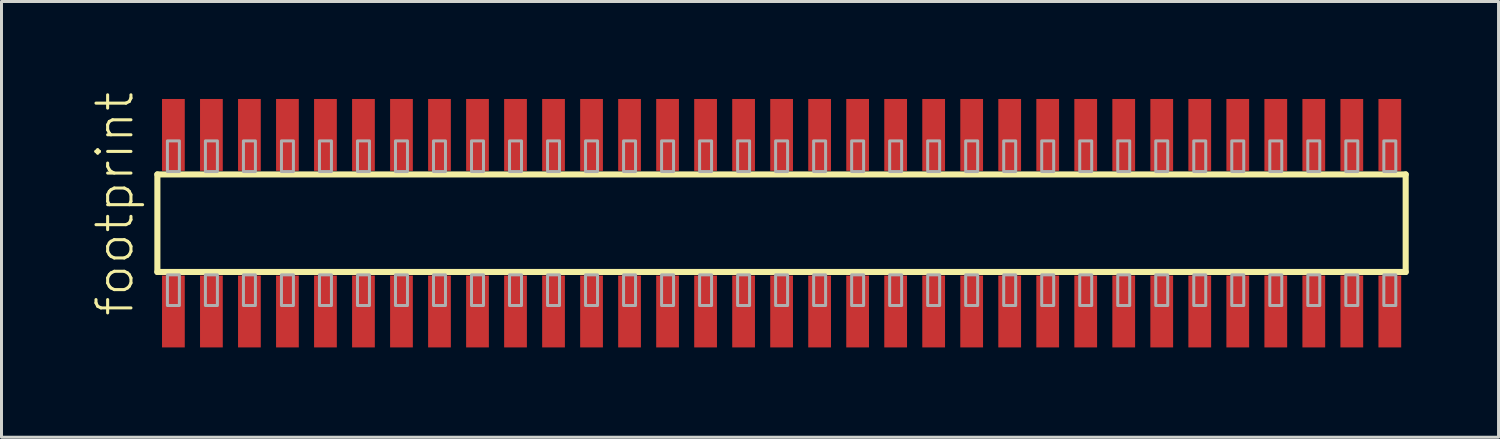
<source format=kicad_pcb>
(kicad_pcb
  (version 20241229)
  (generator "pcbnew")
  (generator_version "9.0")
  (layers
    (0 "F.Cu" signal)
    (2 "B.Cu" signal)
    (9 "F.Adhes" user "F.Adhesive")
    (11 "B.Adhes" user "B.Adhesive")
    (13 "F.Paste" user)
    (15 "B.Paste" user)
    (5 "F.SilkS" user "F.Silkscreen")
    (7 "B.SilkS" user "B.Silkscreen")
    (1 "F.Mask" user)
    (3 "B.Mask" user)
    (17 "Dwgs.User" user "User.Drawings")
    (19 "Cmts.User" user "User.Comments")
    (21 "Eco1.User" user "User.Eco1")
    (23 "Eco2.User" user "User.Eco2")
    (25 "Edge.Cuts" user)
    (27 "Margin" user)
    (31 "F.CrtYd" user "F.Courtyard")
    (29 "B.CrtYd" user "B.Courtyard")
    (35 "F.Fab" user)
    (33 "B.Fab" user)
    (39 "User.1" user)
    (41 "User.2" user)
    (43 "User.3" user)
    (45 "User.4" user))
  (footprint "footprint"
    (layer "F.Cu")
    (at 23.063 4.407)
    (property "Reference" "footprint" (at -21.59 3.175 90) (layer "F.SilkS") (effects (font (size 1.168 1.168) (thickness 0.102)) (justify left bottom)))
    (fp_line (start -20.855 -1.63) (end 20.85 -1.63) (stroke (width 0.203) (type solid)) (layer "F.SilkS"))
    (fp_line (start -20.855 1.63) (end -20.855 -1.63) (stroke (width 0.203) (type solid)) (layer "F.SilkS"))
    (fp_line (start 20.85 -1.63) (end 20.85 1.63) (stroke (width 0.203) (type solid)) (layer "F.SilkS"))
    (fp_line (start 20.85 1.63) (end -20.855 1.63) (stroke (width 0.203) (type solid)) (layer "F.SilkS"))
    (fp_poly (pts (xy -20.52 -1.725) (xy -20.12 -1.725) (xy -20.12 -2.75) (xy -20.52 -2.75)) (stroke (width 0.1) (type solid)) (fill no) (layer "F.Fab"))
    (fp_poly (pts (xy -20.12 1.725) (xy -20.52 1.725) (xy -20.52 2.75) (xy -20.12 2.75)) (stroke (width 0.1) (type solid)) (fill no) (layer "F.Fab"))
    (fp_poly (pts (xy -19.25 -1.725) (xy -18.85 -1.725) (xy -18.85 -2.75) (xy -19.25 -2.75)) (stroke (width 0.1) (type solid)) (fill no) (layer "F.Fab"))
    (fp_poly (pts (xy -18.85 1.725) (xy -19.25 1.725) (xy -19.25 2.75) (xy -18.85 2.75)) (stroke (width 0.1) (type solid)) (fill no) (layer "F.Fab"))
    (fp_poly (pts (xy -17.98 -1.725) (xy -17.58 -1.725) (xy -17.58 -2.75) (xy -17.98 -2.75)) (stroke (width 0.1) (type solid)) (fill no) (layer "F.Fab"))
    (fp_poly (pts (xy -17.58 1.725) (xy -17.98 1.725) (xy -17.98 2.75) (xy -17.58 2.75)) (stroke (width 0.1) (type solid)) (fill no) (layer "F.Fab"))
    (fp_poly (pts (xy -16.71 -1.725) (xy -16.31 -1.725) (xy -16.31 -2.75) (xy -16.71 -2.75)) (stroke (width 0.1) (type solid)) (fill no) (layer "F.Fab"))
    (fp_poly (pts (xy -16.31 1.725) (xy -16.71 1.725) (xy -16.71 2.75) (xy -16.31 2.75)) (stroke (width 0.1) (type solid)) (fill no) (layer "F.Fab"))
    (fp_poly (pts (xy -15.44 -1.725) (xy -15.04 -1.725) (xy -15.04 -2.75) (xy -15.44 -2.75)) (stroke (width 0.1) (type solid)) (fill no) (layer "F.Fab"))
    (fp_poly (pts (xy -15.04 1.725) (xy -15.44 1.725) (xy -15.44 2.75) (xy -15.04 2.75)) (stroke (width 0.1) (type solid)) (fill no) (layer "F.Fab"))
    (fp_poly (pts (xy -14.17 -1.725) (xy -13.77 -1.725) (xy -13.77 -2.75) (xy -14.17 -2.75)) (stroke (width 0.1) (type solid)) (fill no) (layer "F.Fab"))
    (fp_poly (pts (xy -13.77 1.725) (xy -14.17 1.725) (xy -14.17 2.75) (xy -13.77 2.75)) (stroke (width 0.1) (type solid)) (fill no) (layer "F.Fab"))
    (fp_poly (pts (xy -12.9 -1.725) (xy -12.5 -1.725) (xy -12.5 -2.75) (xy -12.9 -2.75)) (stroke (width 0.1) (type solid)) (fill no) (layer "F.Fab"))
    (fp_poly (pts (xy -12.5 1.725) (xy -12.9 1.725) (xy -12.9 2.75) (xy -12.5 2.75)) (stroke (width 0.1) (type solid)) (fill no) (layer "F.Fab"))
    (fp_poly (pts (xy -11.63 -1.725) (xy -11.23 -1.725) (xy -11.23 -2.75) (xy -11.63 -2.75)) (stroke (width 0.1) (type solid)) (fill no) (layer "F.Fab"))
    (fp_poly (pts (xy -11.23 1.725) (xy -11.63 1.725) (xy -11.63 2.75) (xy -11.23 2.75)) (stroke (width 0.1) (type solid)) (fill no) (layer "F.Fab"))
    (fp_poly (pts (xy -10.36 -1.725) (xy -9.96 -1.725) (xy -9.96 -2.75) (xy -10.36 -2.75)) (stroke (width 0.1) (type solid)) (fill no) (layer "F.Fab"))
    (fp_poly (pts (xy -9.96 1.725) (xy -10.36 1.725) (xy -10.36 2.75) (xy -9.96 2.75)) (stroke (width 0.1) (type solid)) (fill no) (layer "F.Fab"))
    (fp_poly (pts (xy -9.09 -1.725) (xy -8.69 -1.725) (xy -8.69 -2.75) (xy -9.09 -2.75)) (stroke (width 0.1) (type solid)) (fill no) (layer "F.Fab"))
    (fp_poly (pts (xy -8.69 1.725) (xy -9.09 1.725) (xy -9.09 2.75) (xy -8.69 2.75)) (stroke (width 0.1) (type solid)) (fill no) (layer "F.Fab"))
    (fp_poly (pts (xy -7.82 -1.725) (xy -7.42 -1.725) (xy -7.42 -2.75) (xy -7.82 -2.75)) (stroke (width 0.1) (type solid)) (fill no) (layer "F.Fab"))
    (fp_poly (pts (xy -7.42 1.725) (xy -7.82 1.725) (xy -7.82 2.75) (xy -7.42 2.75)) (stroke (width 0.1) (type solid)) (fill no) (layer "F.Fab"))
    (fp_poly (pts (xy -6.55 -1.725) (xy -6.15 -1.725) (xy -6.15 -2.75) (xy -6.55 -2.75)) (stroke (width 0.1) (type solid)) (fill no) (layer "F.Fab"))
    (fp_poly (pts (xy -6.15 1.725) (xy -6.55 1.725) (xy -6.55 2.75) (xy -6.15 2.75)) (stroke (width 0.1) (type solid)) (fill no) (layer "F.Fab"))
    (fp_poly (pts (xy -5.28 -1.725) (xy -4.88 -1.725) (xy -4.88 -2.75) (xy -5.28 -2.75)) (stroke (width 0.1) (type solid)) (fill no) (layer "F.Fab"))
    (fp_poly (pts (xy -4.88 1.725) (xy -5.28 1.725) (xy -5.28 2.75) (xy -4.88 2.75)) (stroke (width 0.1) (type solid)) (fill no) (layer "F.Fab"))
    (fp_poly (pts (xy -4.01 -1.725) (xy -3.61 -1.725) (xy -3.61 -2.75) (xy -4.01 -2.75)) (stroke (width 0.1) (type solid)) (fill no) (layer "F.Fab"))
    (fp_poly (pts (xy -3.61 1.725) (xy -4.01 1.725) (xy -4.01 2.75) (xy -3.61 2.75)) (stroke (width 0.1) (type solid)) (fill no) (layer "F.Fab"))
    (fp_poly (pts (xy -2.74 -1.725) (xy -2.34 -1.725) (xy -2.34 -2.75) (xy -2.74 -2.75)) (stroke (width 0.1) (type solid)) (fill no) (layer "F.Fab"))
    (fp_poly (pts (xy -2.34 1.725) (xy -2.74 1.725) (xy -2.74 2.75) (xy -2.34 2.75)) (stroke (width 0.1) (type solid)) (fill no) (layer "F.Fab"))
    (fp_poly (pts (xy -1.47 -1.725) (xy -1.07 -1.725) (xy -1.07 -2.75) (xy -1.47 -2.75)) (stroke (width 0.1) (type solid)) (fill no) (layer "F.Fab"))
    (fp_poly (pts (xy -1.07 1.725) (xy -1.47 1.725) (xy -1.47 2.75) (xy -1.07 2.75)) (stroke (width 0.1) (type solid)) (fill no) (layer "F.Fab"))
    (fp_poly (pts (xy -0.2 -1.725) (xy 0.2 -1.725) (xy 0.2 -2.75) (xy -0.2 -2.75)) (stroke (width 0.1) (type solid)) (fill no) (layer "F.Fab"))
    (fp_poly (pts (xy 0.2 1.725) (xy -0.2 1.725) (xy -0.2 2.75) (xy 0.2 2.75)) (stroke (width 0.1) (type solid)) (fill no) (layer "F.Fab"))
    (fp_poly (pts (xy 1.07 -1.725) (xy 1.47 -1.725) (xy 1.47 -2.75) (xy 1.07 -2.75)) (stroke (width 0.1) (type solid)) (fill no) (layer "F.Fab"))
    (fp_poly (pts (xy 1.47 1.725) (xy 1.07 1.725) (xy 1.07 2.75) (xy 1.47 2.75)) (stroke (width 0.1) (type solid)) (fill no) (layer "F.Fab"))
    (fp_poly (pts (xy 2.34 -1.725) (xy 2.74 -1.725) (xy 2.74 -2.75) (xy 2.34 -2.75)) (stroke (width 0.1) (type solid)) (fill no) (layer "F.Fab"))
    (fp_poly (pts (xy 2.74 1.725) (xy 2.34 1.725) (xy 2.34 2.75) (xy 2.74 2.75)) (stroke (width 0.1) (type solid)) (fill no) (layer "F.Fab"))
    (fp_poly (pts (xy 3.61 -1.725) (xy 4.01 -1.725) (xy 4.01 -2.75) (xy 3.61 -2.75)) (stroke (width 0.1) (type solid)) (fill no) (layer "F.Fab"))
    (fp_poly (pts (xy 4.01 1.725) (xy 3.61 1.725) (xy 3.61 2.75) (xy 4.01 2.75)) (stroke (width 0.1) (type solid)) (fill no) (layer "F.Fab"))
    (fp_poly (pts (xy 4.88 -1.725) (xy 5.28 -1.725) (xy 5.28 -2.75) (xy 4.88 -2.75)) (stroke (width 0.1) (type solid)) (fill no) (layer "F.Fab"))
    (fp_poly (pts (xy 5.28 1.725) (xy 4.88 1.725) (xy 4.88 2.75) (xy 5.28 2.75)) (stroke (width 0.1) (type solid)) (fill no) (layer "F.Fab"))
    (fp_poly (pts (xy 6.15 -1.725) (xy 6.55 -1.725) (xy 6.55 -2.75) (xy 6.15 -2.75)) (stroke (width 0.1) (type solid)) (fill no) (layer "F.Fab"))
    (fp_poly (pts (xy 6.55 1.725) (xy 6.15 1.725) (xy 6.15 2.75) (xy 6.55 2.75)) (stroke (width 0.1) (type solid)) (fill no) (layer "F.Fab"))
    (fp_poly (pts (xy 7.42 -1.725) (xy 7.82 -1.725) (xy 7.82 -2.75) (xy 7.42 -2.75)) (stroke (width 0.1) (type solid)) (fill no) (layer "F.Fab"))
    (fp_poly (pts (xy 7.82 1.725) (xy 7.42 1.725) (xy 7.42 2.75) (xy 7.82 2.75)) (stroke (width 0.1) (type solid)) (fill no) (layer "F.Fab"))
    (fp_poly (pts (xy 8.69 -1.725) (xy 9.09 -1.725) (xy 9.09 -2.75) (xy 8.69 -2.75)) (stroke (width 0.1) (type solid)) (fill no) (layer "F.Fab"))
    (fp_poly (pts (xy 9.09 1.725) (xy 8.69 1.725) (xy 8.69 2.75) (xy 9.09 2.75)) (stroke (width 0.1) (type solid)) (fill no) (layer "F.Fab"))
    (fp_poly (pts (xy 9.96 -1.725) (xy 10.36 -1.725) (xy 10.36 -2.75) (xy 9.96 -2.75)) (stroke (width 0.1) (type solid)) (fill no) (layer "F.Fab"))
    (fp_poly (pts (xy 10.36 1.725) (xy 9.96 1.725) (xy 9.96 2.75) (xy 10.36 2.75)) (stroke (width 0.1) (type solid)) (fill no) (layer "F.Fab"))
    (fp_poly (pts (xy 11.23 -1.725) (xy 11.63 -1.725) (xy 11.63 -2.75) (xy 11.23 -2.75)) (stroke (width 0.1) (type solid)) (fill no) (layer "F.Fab"))
    (fp_poly (pts (xy 11.63 1.725) (xy 11.23 1.725) (xy 11.23 2.75) (xy 11.63 2.75)) (stroke (width 0.1) (type solid)) (fill no) (layer "F.Fab"))
    (fp_poly (pts (xy 12.5 -1.725) (xy 12.9 -1.725) (xy 12.9 -2.75) (xy 12.5 -2.75)) (stroke (width 0.1) (type solid)) (fill no) (layer "F.Fab"))
    (fp_poly (pts (xy 12.9 1.725) (xy 12.5 1.725) (xy 12.5 2.75) (xy 12.9 2.75)) (stroke (width 0.1) (type solid)) (fill no) (layer "F.Fab"))
    (fp_poly (pts (xy 13.77 -1.725) (xy 14.17 -1.725) (xy 14.17 -2.75) (xy 13.77 -2.75)) (stroke (width 0.1) (type solid)) (fill no) (layer "F.Fab"))
    (fp_poly (pts (xy 14.17 1.725) (xy 13.77 1.725) (xy 13.77 2.75) (xy 14.17 2.75)) (stroke (width 0.1) (type solid)) (fill no) (layer "F.Fab"))
    (fp_poly (pts (xy 15.04 -1.725) (xy 15.44 -1.725) (xy 15.44 -2.75) (xy 15.04 -2.75)) (stroke (width 0.1) (type solid)) (fill no) (layer "F.Fab"))
    (fp_poly (pts (xy 15.44 1.725) (xy 15.04 1.725) (xy 15.04 2.75) (xy 15.44 2.75)) (stroke (width 0.1) (type solid)) (fill no) (layer "F.Fab"))
    (fp_poly (pts (xy 16.31 -1.725) (xy 16.71 -1.725) (xy 16.71 -2.75) (xy 16.31 -2.75)) (stroke (width 0.1) (type solid)) (fill no) (layer "F.Fab"))
    (fp_poly (pts (xy 16.71 1.725) (xy 16.31 1.725) (xy 16.31 2.75) (xy 16.71 2.75)) (stroke (width 0.1) (type solid)) (fill no) (layer "F.Fab"))
    (fp_poly (pts (xy 17.58 -1.725) (xy 17.98 -1.725) (xy 17.98 -2.75) (xy 17.58 -2.75)) (stroke (width 0.1) (type solid)) (fill no) (layer "F.Fab"))
    (fp_poly (pts (xy 17.98 1.725) (xy 17.58 1.725) (xy 17.58 2.75) (xy 17.98 2.75)) (stroke (width 0.1) (type solid)) (fill no) (layer "F.Fab"))
    (fp_poly (pts (xy 18.85 -1.725) (xy 19.25 -1.725) (xy 19.25 -2.75) (xy 18.85 -2.75)) (stroke (width 0.1) (type solid)) (fill no) (layer "F.Fab"))
    (fp_poly (pts (xy 19.25 1.725) (xy 18.85 1.725) (xy 18.85 2.75) (xy 19.25 2.75)) (stroke (width 0.1) (type solid)) (fill no) (layer "F.Fab"))
    (fp_poly (pts (xy 20.12 -1.725) (xy 20.52 -1.725) (xy 20.52 -2.75) (xy 20.12 -2.75)) (stroke (width 0.1) (type solid)) (fill no) (layer "F.Fab"))
    (fp_poly (pts (xy 20.52 1.725) (xy 20.12 1.725) (xy 20.12 2.75) (xy 20.52 2.75)) (stroke (width 0.1) (type solid)) (fill no) (layer "F.Fab"))
    (pad "1" smd rect (at -20.32 2.95) (size 0.76 2.4) (layers "F.Cu" "F.Mask" "F.Paste"))
    (pad "2" smd rect (at -20.32 -2.95) (size 0.76 2.4) (layers "F.Cu" "F.Mask" "F.Paste"))
    (pad "3" smd rect (at -19.05 2.95) (size 0.76 2.4) (layers "F.Cu" "F.Mask" "F.Paste"))
    (pad "4" smd rect (at -19.05 -2.95) (size 0.76 2.4) (layers "F.Cu" "F.Mask" "F.Paste"))
    (pad "5" smd rect (at -17.78 2.95) (size 0.76 2.4) (layers "F.Cu" "F.Mask" "F.Paste"))
    (pad "6" smd rect (at -17.78 -2.95) (size 0.76 2.4) (layers "F.Cu" "F.Mask" "F.Paste"))
    (pad "7" smd rect (at -16.51 2.95) (size 0.76 2.4) (layers "F.Cu" "F.Mask" "F.Paste"))
    (pad "8" smd rect (at -16.51 -2.95) (size 0.76 2.4) (layers "F.Cu" "F.Mask" "F.Paste"))
    (pad "9" smd rect (at -15.24 2.95) (size 0.76 2.4) (layers "F.Cu" "F.Mask" "F.Paste"))
    (pad "10" smd rect (at -15.24 -2.95) (size 0.76 2.4) (layers "F.Cu" "F.Mask" "F.Paste"))
    (pad "11" smd rect (at -13.97 2.95) (size 0.76 2.4) (layers "F.Cu" "F.Mask" "F.Paste"))
    (pad "12" smd rect (at -13.97 -2.95) (size 0.76 2.4) (layers "F.Cu" "F.Mask" "F.Paste"))
    (pad "13" smd rect (at -12.7 2.95) (size 0.76 2.4) (layers "F.Cu" "F.Mask" "F.Paste"))
    (pad "14" smd rect (at -12.7 -2.95) (size 0.76 2.4) (layers "F.Cu" "F.Mask" "F.Paste"))
    (pad "15" smd rect (at -11.43 2.95) (size 0.76 2.4) (layers "F.Cu" "F.Mask" "F.Paste"))
    (pad "16" smd rect (at -11.43 -2.95) (size 0.76 2.4) (layers "F.Cu" "F.Mask" "F.Paste"))
    (pad "17" smd rect (at -10.16 2.95) (size 0.76 2.4) (layers "F.Cu" "F.Mask" "F.Paste"))
    (pad "18" smd rect (at -10.16 -2.95) (size 0.76 2.4) (layers "F.Cu" "F.Mask" "F.Paste"))
    (pad "19" smd rect (at -8.89 2.95) (size 0.76 2.4) (layers "F.Cu" "F.Mask" "F.Paste"))
    (pad "20" smd rect (at -8.89 -2.95) (size 0.76 2.4) (layers "F.Cu" "F.Mask" "F.Paste"))
    (pad "21" smd rect (at -7.62 2.95) (size 0.76 2.4) (layers "F.Cu" "F.Mask" "F.Paste"))
    (pad "22" smd rect (at -7.62 -2.95) (size 0.76 2.4) (layers "F.Cu" "F.Mask" "F.Paste"))
    (pad "23" smd rect (at -6.35 2.95) (size 0.76 2.4) (layers "F.Cu" "F.Mask" "F.Paste"))
    (pad "24" smd rect (at -6.35 -2.95) (size 0.76 2.4) (layers "F.Cu" "F.Mask" "F.Paste"))
    (pad "25" smd rect (at -5.08 2.95) (size 0.76 2.4) (layers "F.Cu" "F.Mask" "F.Paste"))
    (pad "26" smd rect (at -5.08 -2.95) (size 0.76 2.4) (layers "F.Cu" "F.Mask" "F.Paste"))
    (pad "27" smd rect (at -3.81 2.95) (size 0.76 2.4) (layers "F.Cu" "F.Mask" "F.Paste"))
    (pad "28" smd rect (at -3.81 -2.95) (size 0.76 2.4) (layers "F.Cu" "F.Mask" "F.Paste"))
    (pad "29" smd rect (at -2.54 2.95) (size 0.76 2.4) (layers "F.Cu" "F.Mask" "F.Paste"))
    (pad "30" smd rect (at -2.54 -2.95) (size 0.76 2.4) (layers "F.Cu" "F.Mask" "F.Paste"))
    (pad "31" smd rect (at -1.27 2.95) (size 0.76 2.4) (layers "F.Cu" "F.Mask" "F.Paste"))
    (pad "32" smd rect (at -1.27 -2.95) (size 0.76 2.4) (layers "F.Cu" "F.Mask" "F.Paste"))
    (pad "33" smd rect (at 0 2.95) (size 0.76 2.4) (layers "F.Cu" "F.Mask" "F.Paste"))
    (pad "34" smd rect (at 0 -2.95) (size 0.76 2.4) (layers "F.Cu" "F.Mask" "F.Paste"))
    (pad "35" smd rect (at 1.27 2.95) (size 0.76 2.4) (layers "F.Cu" "F.Mask" "F.Paste"))
    (pad "36" smd rect (at 1.27 -2.95) (size 0.76 2.4) (layers "F.Cu" "F.Mask" "F.Paste"))
    (pad "37" smd rect (at 2.54 2.95) (size 0.76 2.4) (layers "F.Cu" "F.Mask" "F.Paste"))
    (pad "38" smd rect (at 2.54 -2.95) (size 0.76 2.4) (layers "F.Cu" "F.Mask" "F.Paste"))
    (pad "39" smd rect (at 3.81 2.95) (size 0.76 2.4) (layers "F.Cu" "F.Mask" "F.Paste"))
    (pad "40" smd rect (at 3.81 -2.95) (size 0.76 2.4) (layers "F.Cu" "F.Mask" "F.Paste"))
    (pad "41" smd rect (at 5.08 2.95) (size 0.76 2.4) (layers "F.Cu" "F.Mask" "F.Paste"))
    (pad "42" smd rect (at 5.08 -2.95) (size 0.76 2.4) (layers "F.Cu" "F.Mask" "F.Paste"))
    (pad "43" smd rect (at 6.35 2.95) (size 0.76 2.4) (layers "F.Cu" "F.Mask" "F.Paste"))
    (pad "44" smd rect (at 6.35 -2.95) (size 0.76 2.4) (layers "F.Cu" "F.Mask" "F.Paste"))
    (pad "45" smd rect (at 7.62 2.95) (size 0.76 2.4) (layers "F.Cu" "F.Mask" "F.Paste"))
    (pad "46" smd rect (at 7.62 -2.95) (size 0.76 2.4) (layers "F.Cu" "F.Mask" "F.Paste"))
    (pad "47" smd rect (at 8.89 2.95) (size 0.76 2.4) (layers "F.Cu" "F.Mask" "F.Paste"))
    (pad "48" smd rect (at 8.89 -2.95) (size 0.76 2.4) (layers "F.Cu" "F.Mask" "F.Paste"))
    (pad "49" smd rect (at 10.16 2.95) (size 0.76 2.4) (layers "F.Cu" "F.Mask" "F.Paste"))
    (pad "50" smd rect (at 10.16 -2.95) (size 0.76 2.4) (layers "F.Cu" "F.Mask" "F.Paste"))
    (pad "51" smd rect (at 11.43 2.95) (size 0.76 2.4) (layers "F.Cu" "F.Mask" "F.Paste"))
    (pad "52" smd rect (at 11.43 -2.95) (size 0.76 2.4) (layers "F.Cu" "F.Mask" "F.Paste"))
    (pad "53" smd rect (at 12.7 2.95) (size 0.76 2.4) (layers "F.Cu" "F.Mask" "F.Paste"))
    (pad "54" smd rect (at 12.7 -2.95) (size 0.76 2.4) (layers "F.Cu" "F.Mask" "F.Paste"))
    (pad "55" smd rect (at 13.97 2.95) (size 0.76 2.4) (layers "F.Cu" "F.Mask" "F.Paste"))
    (pad "56" smd rect (at 13.97 -2.95) (size 0.76 2.4) (layers "F.Cu" "F.Mask" "F.Paste"))
    (pad "57" smd rect (at 15.24 2.95) (size 0.76 2.4) (layers "F.Cu" "F.Mask" "F.Paste"))
    (pad "58" smd rect (at 15.24 -2.95) (size 0.76 2.4) (layers "F.Cu" "F.Mask" "F.Paste"))
    (pad "59" smd rect (at 16.51 2.95) (size 0.76 2.4) (layers "F.Cu" "F.Mask" "F.Paste"))
    (pad "60" smd rect (at 16.51 -2.95) (size 0.76 2.4) (layers "F.Cu" "F.Mask" "F.Paste"))
    (pad "61" smd rect (at 17.78 2.95) (size 0.76 2.4) (layers "F.Cu" "F.Mask" "F.Paste"))
    (pad "62" smd rect (at 17.78 -2.95) (size 0.76 2.4) (layers "F.Cu" "F.Mask" "F.Paste"))
    (pad "63" smd rect (at 19.05 2.95) (size 0.76 2.4) (layers "F.Cu" "F.Mask" "F.Paste"))
    (pad "64" smd rect (at 19.05 -2.95) (size 0.76 2.4) (layers "F.Cu" "F.Mask" "F.Paste"))
    (pad "65" smd rect (at 20.32 2.95) (size 0.76 2.4) (layers "F.Cu" "F.Mask" "F.Paste"))
    (pad "66" smd rect (at 20.32 -2.95) (size 0.76 2.4) (layers "F.Cu" "F.Mask" "F.Paste")))
  (gr_rect
    (start -3 -3)
    (end 47.015 11.557)
    (stroke (width 0.1) (type default))
    (fill no)
    (layer "Edge.Cuts")))
</source>
